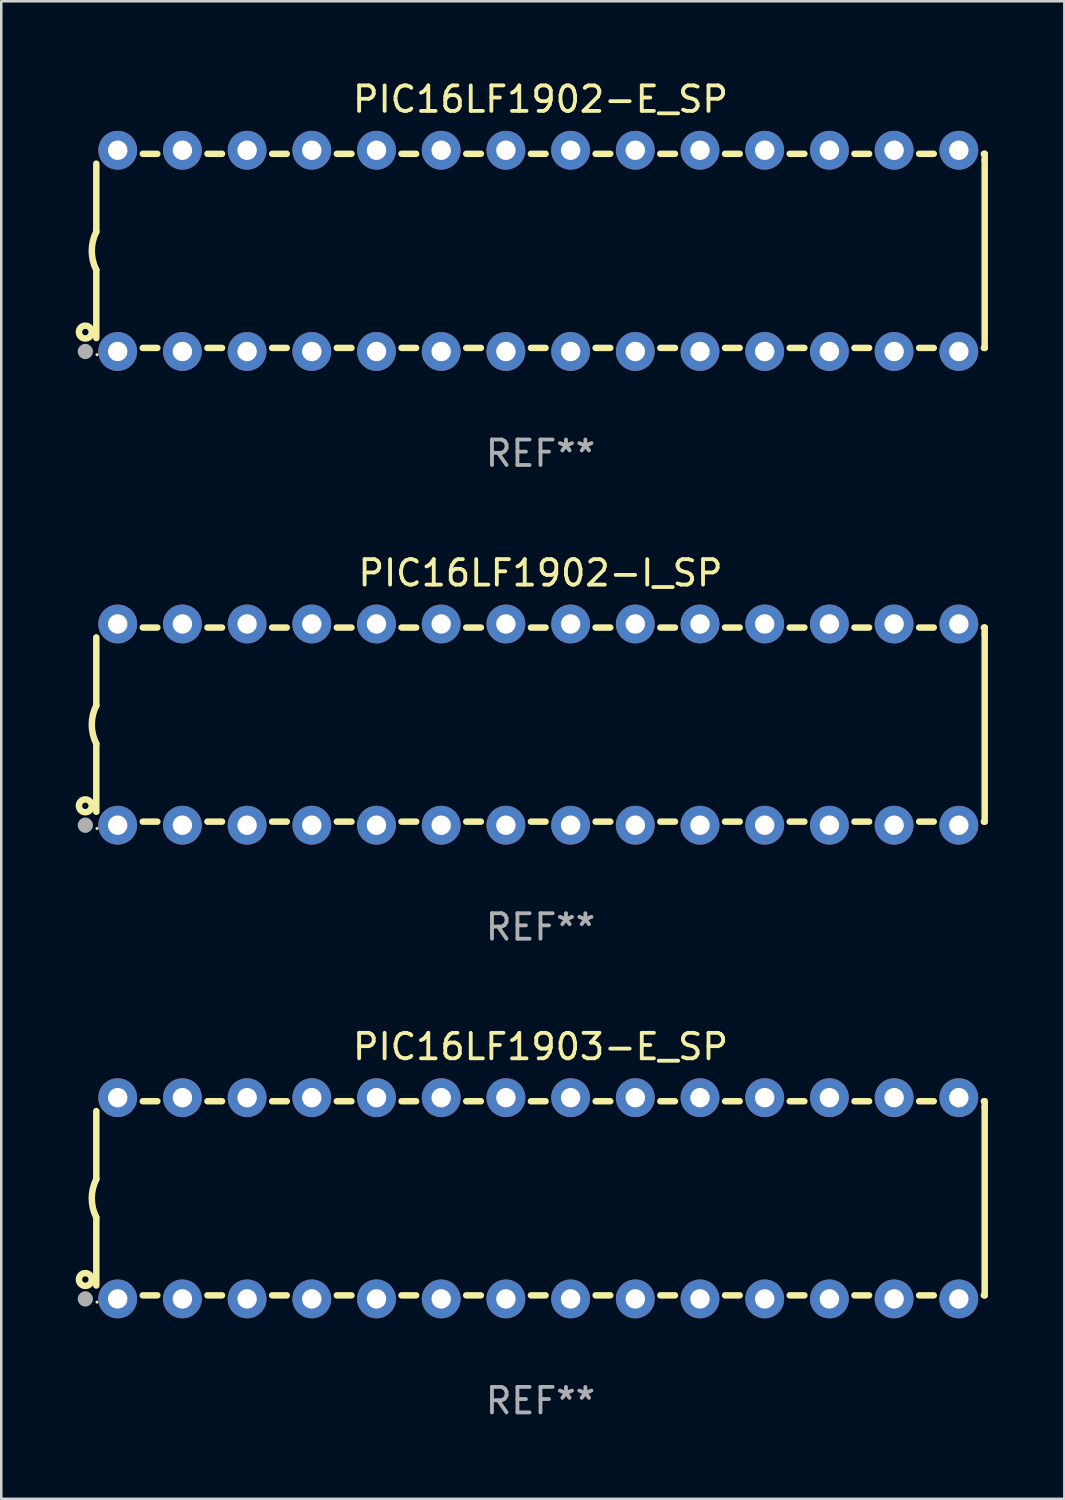
<source format=kicad_pcb>
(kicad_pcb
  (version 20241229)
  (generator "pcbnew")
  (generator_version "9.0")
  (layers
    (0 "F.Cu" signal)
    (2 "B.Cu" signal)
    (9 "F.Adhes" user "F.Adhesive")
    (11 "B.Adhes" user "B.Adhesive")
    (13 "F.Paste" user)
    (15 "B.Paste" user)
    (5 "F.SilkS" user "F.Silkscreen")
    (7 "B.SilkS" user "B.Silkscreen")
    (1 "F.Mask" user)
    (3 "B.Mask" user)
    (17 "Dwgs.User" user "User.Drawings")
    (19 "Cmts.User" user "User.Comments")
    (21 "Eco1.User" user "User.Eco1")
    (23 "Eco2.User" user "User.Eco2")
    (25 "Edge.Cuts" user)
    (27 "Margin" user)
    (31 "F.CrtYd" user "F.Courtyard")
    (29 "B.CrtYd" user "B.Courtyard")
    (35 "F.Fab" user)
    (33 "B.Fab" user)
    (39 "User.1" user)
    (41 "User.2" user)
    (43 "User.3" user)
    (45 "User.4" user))
  (footprint "PIC16LF1902-E_SP"
    (layer "F.Cu")
    (at 18.168 6.798)
    (property "Reference" "PIC16LF1902-E_SP" (at 0 -5.95 0) (layer "F.SilkS") (effects (font (size 1 1) (thickness 0.15))))
    (attr through_hole)
    (fp_line (start -17.438 0.75) (end -17.438 3.423) (stroke (width 0.254) (type solid)) (layer "F.SilkS"))
    (fp_line (start -17.438 -3.423) (end -17.438 -0.75) (stroke (width 0.254) (type solid)) (layer "F.SilkS"))
    (fp_line (start -15.615 3.81) (end -15.041 3.81) (stroke (width 0.254) (type solid)) (layer "F.SilkS"))
    (fp_line (start -15.041 -3.81) (end -15.614 -3.81) (stroke (width 0.254) (type solid)) (layer "F.SilkS"))
    (fp_line (start -13.075 3.81) (end -12.501 3.81) (stroke (width 0.254) (type solid)) (layer "F.SilkS"))
    (fp_line (start -12.501 -3.81) (end -13.074 -3.81) (stroke (width 0.254) (type solid)) (layer "F.SilkS"))
    (fp_line (start -10.535 3.81) (end -9.961 3.81) (stroke (width 0.254) (type solid)) (layer "F.SilkS"))
    (fp_line (start -9.961 -3.81) (end -10.534 -3.81) (stroke (width 0.254) (type solid)) (layer "F.SilkS"))
    (fp_line (start -7.995 3.81) (end -7.421 3.81) (stroke (width 0.254) (type solid)) (layer "F.SilkS"))
    (fp_line (start -7.421 -3.81) (end -7.995 -3.81) (stroke (width 0.254) (type solid)) (layer "F.SilkS"))
    (fp_line (start -5.455 3.81) (end -4.881 3.81) (stroke (width 0.254) (type solid)) (layer "F.SilkS"))
    (fp_line (start -4.881 -3.81) (end -5.455 -3.81) (stroke (width 0.254) (type solid)) (layer "F.SilkS"))
    (fp_line (start -2.915 3.81) (end -2.341 3.81) (stroke (width 0.254) (type solid)) (layer "F.SilkS"))
    (fp_line (start -2.341 -3.81) (end -2.915 -3.81) (stroke (width 0.254) (type solid)) (layer "F.SilkS"))
    (fp_line (start -0.375 3.81) (end 0.199 3.81) (stroke (width 0.254) (type solid)) (layer "F.SilkS"))
    (fp_line (start 0.199 -3.81) (end -0.375 -3.81) (stroke (width 0.254) (type solid)) (layer "F.SilkS"))
    (fp_line (start 2.165 3.81) (end 2.739 3.81) (stroke (width 0.254) (type solid)) (layer "F.SilkS"))
    (fp_line (start 2.739 -3.81) (end 2.165 -3.81) (stroke (width 0.254) (type solid)) (layer "F.SilkS"))
    (fp_line (start 4.705 3.81) (end 5.279 3.81) (stroke (width 0.254) (type solid)) (layer "F.SilkS"))
    (fp_line (start 5.279 -3.81) (end 4.705 -3.81) (stroke (width 0.254) (type solid)) (layer "F.SilkS"))
    (fp_line (start 7.245 3.81) (end 7.819 3.81) (stroke (width 0.254) (type solid)) (layer "F.SilkS"))
    (fp_line (start 7.819 -3.81) (end 7.245 -3.81) (stroke (width 0.254) (type solid)) (layer "F.SilkS"))
    (fp_line (start 9.785 3.81) (end 10.359 3.81) (stroke (width 0.254) (type solid)) (layer "F.SilkS"))
    (fp_line (start 10.359 -3.81) (end 9.785 -3.81) (stroke (width 0.254) (type solid)) (layer "F.SilkS"))
    (fp_line (start 12.325 3.81) (end 12.899 3.81) (stroke (width 0.254) (type solid)) (layer "F.SilkS"))
    (fp_line (start 12.899 -3.81) (end 12.325 -3.81) (stroke (width 0.254) (type solid)) (layer "F.SilkS"))
    (fp_line (start 14.865 3.81) (end 15.439 3.81) (stroke (width 0.254) (type solid)) (layer "F.SilkS"))
    (fp_line (start 15.439 -3.81) (end 14.865 -3.81) (stroke (width 0.254) (type solid)) (layer "F.SilkS"))
    (fp_line (start 17.405 3.81) (end 17.438 3.81) (stroke (width 0.254) (type solid)) (layer "F.SilkS"))
    (fp_line (start 17.438 -3.81) (end 17.405 -3.81) (stroke (width 0.254) (type solid)) (layer "F.SilkS"))
    (fp_line (start 17.438 -3.556) (end 17.438 -3.81) (stroke (width 0.254) (type solid)) (layer "F.SilkS"))
    (fp_line (start 17.438 3.81) (end 17.438 -3.556) (stroke (width 0.254) (type solid)) (layer "F.SilkS"))
    (fp_arc (start -17.437986 0.749657) (mid -17.614887 -0.000024) (end -17.437783 -0.749657) (stroke (width 0.254001) (type solid)) (layer "F.SilkS"))
    (fp_circle (center -17.868 3.188) (end -17.743 3.188) (stroke (width 0.254) (type solid)) (fill no) (layer "F.SilkS"))
    (fp_circle (center -17.411 4.077) (end -17.381 4.077) (stroke (width 0.06) (type solid)) (fill no) (layer "F.SilkS"))
    (fp_circle (center -17.868 3.95) (end -17.718 3.95) (stroke (width 0.3) (type solid)) (fill no) (layer "F.Fab"))
    (fp_text user "REF**" (at 0 7.95 0) (layer "F.Fab") (effects (font (size 1 1) (thickness 0.15))))
    (pad "1" thru_hole circle (at -16.598 3.95) (size 1.524 1.524) (drill 0.762) (layers "*.Cu" "*.Mask"))
    (pad "2" thru_hole circle (at -14.058 3.95) (size 1.524 1.524) (drill 0.762) (layers "*.Cu" "*.Mask"))
    (pad "3" thru_hole circle (at -11.518 3.95) (size 1.524 1.524) (drill 0.762) (layers "*.Cu" "*.Mask"))
    (pad "4" thru_hole circle (at -8.978 3.95) (size 1.524 1.524) (drill 0.762) (layers "*.Cu" "*.Mask"))
    (pad "5" thru_hole circle (at -6.438 3.95) (size 1.524 1.524) (drill 0.762) (layers "*.Cu" "*.Mask"))
    (pad "6" thru_hole circle (at -3.898 3.95) (size 1.524 1.524) (drill 0.762) (layers "*.Cu" "*.Mask"))
    (pad "7" thru_hole circle (at -1.358 3.95) (size 1.524 1.524) (drill 0.762) (layers "*.Cu" "*.Mask"))
    (pad "8" thru_hole circle (at 1.182 3.95) (size 1.524 1.524) (drill 0.762) (layers "*.Cu" "*.Mask"))
    (pad "9" thru_hole circle (at 3.722 3.95) (size 1.524 1.524) (drill 0.762) (layers "*.Cu" "*.Mask"))
    (pad "10" thru_hole circle (at 6.262 3.95) (size 1.524 1.524) (drill 0.762) (layers "*.Cu" "*.Mask"))
    (pad "11" thru_hole circle (at 8.802 3.95) (size 1.524 1.524) (drill 0.762) (layers "*.Cu" "*.Mask"))
    (pad "12" thru_hole circle (at 11.342 3.95) (size 1.524 1.524) (drill 0.762) (layers "*.Cu" "*.Mask"))
    (pad "13" thru_hole circle (at 13.882 3.95) (size 1.524 1.524) (drill 0.762) (layers "*.Cu" "*.Mask"))
    (pad "14" thru_hole circle (at 16.422 3.95) (size 1.524 1.524) (drill 0.762) (layers "*.Cu" "*.Mask"))
    (pad "15" thru_hole circle (at 16.422 -3.95) (size 1.524 1.524) (drill 0.762) (layers "*.Cu" "*.Mask"))
    (pad "16" thru_hole circle (at 13.882 -3.95) (size 1.524 1.524) (drill 0.762) (layers "*.Cu" "*.Mask"))
    (pad "17" thru_hole circle (at 11.342 -3.95) (size 1.524 1.524) (drill 0.762) (layers "*.Cu" "*.Mask"))
    (pad "18" thru_hole circle (at 8.802 -3.95) (size 1.524 1.524) (drill 0.762) (layers "*.Cu" "*.Mask"))
    (pad "19" thru_hole circle (at 6.262 -3.95) (size 1.524 1.524) (drill 0.762) (layers "*.Cu" "*.Mask"))
    (pad "20" thru_hole circle (at 3.722 -3.95) (size 1.524 1.524) (drill 0.762) (layers "*.Cu" "*.Mask"))
    (pad "21" thru_hole circle (at 1.182 -3.95) (size 1.524 1.524) (drill 0.762) (layers "*.Cu" "*.Mask"))
    (pad "22" thru_hole circle (at -1.358 -3.95) (size 1.524 1.524) (drill 0.762) (layers "*.Cu" "*.Mask"))
    (pad "23" thru_hole circle (at -3.898 -3.95) (size 1.524 1.524) (drill 0.762) (layers "*.Cu" "*.Mask"))
    (pad "24" thru_hole circle (at -6.438 -3.95) (size 1.524 1.524) (drill 0.762) (layers "*.Cu" "*.Mask"))
    (pad "25" thru_hole circle (at -8.978 -3.95) (size 1.524 1.524) (drill 0.762) (layers "*.Cu" "*.Mask"))
    (pad "26" thru_hole circle (at -11.517 -3.95) (size 1.524 1.524) (drill 0.762) (layers "*.Cu" "*.Mask"))
    (pad "27" thru_hole circle (at -14.057 -3.95) (size 1.524 1.524) (drill 0.762) (layers "*.Cu" "*.Mask"))
    (pad "28" thru_hole circle (at -16.597 -3.95) (size 1.524 1.524) (drill 0.762) (layers "*.Cu" "*.Mask")))
  (footprint "PIC16LF1903-E_SP"
    (layer "F.Cu")
    (at 18.168 43.991)
    (property "Reference" "PIC16LF1903-E_SP" (at 0 -5.95 0) (layer "F.SilkS") (effects (font (size 1 1) (thickness 0.15))))
    (attr through_hole)
    (fp_line (start -17.438 0.75) (end -17.438 3.423) (stroke (width 0.254) (type solid)) (layer "F.SilkS"))
    (fp_line (start -17.438 -3.423) (end -17.438 -0.75) (stroke (width 0.254) (type solid)) (layer "F.SilkS"))
    (fp_line (start -15.615 3.81) (end -15.041 3.81) (stroke (width 0.254) (type solid)) (layer "F.SilkS"))
    (fp_line (start -15.041 -3.81) (end -15.614 -3.81) (stroke (width 0.254) (type solid)) (layer "F.SilkS"))
    (fp_line (start -13.075 3.81) (end -12.501 3.81) (stroke (width 0.254) (type solid)) (layer "F.SilkS"))
    (fp_line (start -12.501 -3.81) (end -13.074 -3.81) (stroke (width 0.254) (type solid)) (layer "F.SilkS"))
    (fp_line (start -10.535 3.81) (end -9.961 3.81) (stroke (width 0.254) (type solid)) (layer "F.SilkS"))
    (fp_line (start -9.961 -3.81) (end -10.534 -3.81) (stroke (width 0.254) (type solid)) (layer "F.SilkS"))
    (fp_line (start -7.995 3.81) (end -7.421 3.81) (stroke (width 0.254) (type solid)) (layer "F.SilkS"))
    (fp_line (start -7.421 -3.81) (end -7.995 -3.81) (stroke (width 0.254) (type solid)) (layer "F.SilkS"))
    (fp_line (start -5.455 3.81) (end -4.881 3.81) (stroke (width 0.254) (type solid)) (layer "F.SilkS"))
    (fp_line (start -4.881 -3.81) (end -5.455 -3.81) (stroke (width 0.254) (type solid)) (layer "F.SilkS"))
    (fp_line (start -2.915 3.81) (end -2.341 3.81) (stroke (width 0.254) (type solid)) (layer "F.SilkS"))
    (fp_line (start -2.341 -3.81) (end -2.915 -3.81) (stroke (width 0.254) (type solid)) (layer "F.SilkS"))
    (fp_line (start -0.375 3.81) (end 0.199 3.81) (stroke (width 0.254) (type solid)) (layer "F.SilkS"))
    (fp_line (start 0.199 -3.81) (end -0.375 -3.81) (stroke (width 0.254) (type solid)) (layer "F.SilkS"))
    (fp_line (start 2.165 3.81) (end 2.739 3.81) (stroke (width 0.254) (type solid)) (layer "F.SilkS"))
    (fp_line (start 2.739 -3.81) (end 2.165 -3.81) (stroke (width 0.254) (type solid)) (layer "F.SilkS"))
    (fp_line (start 4.705 3.81) (end 5.279 3.81) (stroke (width 0.254) (type solid)) (layer "F.SilkS"))
    (fp_line (start 5.279 -3.81) (end 4.705 -3.81) (stroke (width 0.254) (type solid)) (layer "F.SilkS"))
    (fp_line (start 7.245 3.81) (end 7.819 3.81) (stroke (width 0.254) (type solid)) (layer "F.SilkS"))
    (fp_line (start 7.819 -3.81) (end 7.245 -3.81) (stroke (width 0.254) (type solid)) (layer "F.SilkS"))
    (fp_line (start 9.785 3.81) (end 10.359 3.81) (stroke (width 0.254) (type solid)) (layer "F.SilkS"))
    (fp_line (start 10.359 -3.81) (end 9.785 -3.81) (stroke (width 0.254) (type solid)) (layer "F.SilkS"))
    (fp_line (start 12.325 3.81) (end 12.899 3.81) (stroke (width 0.254) (type solid)) (layer "F.SilkS"))
    (fp_line (start 12.899 -3.81) (end 12.325 -3.81) (stroke (width 0.254) (type solid)) (layer "F.SilkS"))
    (fp_line (start 14.865 3.81) (end 15.439 3.81) (stroke (width 0.254) (type solid)) (layer "F.SilkS"))
    (fp_line (start 15.439 -3.81) (end 14.865 -3.81) (stroke (width 0.254) (type solid)) (layer "F.SilkS"))
    (fp_line (start 17.405 3.81) (end 17.438 3.81) (stroke (width 0.254) (type solid)) (layer "F.SilkS"))
    (fp_line (start 17.438 -3.81) (end 17.405 -3.81) (stroke (width 0.254) (type solid)) (layer "F.SilkS"))
    (fp_line (start 17.438 -3.556) (end 17.438 -3.81) (stroke (width 0.254) (type solid)) (layer "F.SilkS"))
    (fp_line (start 17.438 3.81) (end 17.438 -3.556) (stroke (width 0.254) (type solid)) (layer "F.SilkS"))
    (fp_arc (start -17.437986 0.749657) (mid -17.614887 -0.000024) (end -17.437783 -0.749657) (stroke (width 0.254001) (type solid)) (layer "F.SilkS"))
    (fp_circle (center -17.868 3.188) (end -17.743 3.188) (stroke (width 0.254) (type solid)) (fill no) (layer "F.SilkS"))
    (fp_circle (center -17.411 4.077) (end -17.381 4.077) (stroke (width 0.06) (type solid)) (fill no) (layer "F.SilkS"))
    (fp_circle (center -17.868 3.95) (end -17.718 3.95) (stroke (width 0.3) (type solid)) (fill no) (layer "F.Fab"))
    (fp_text user "REF**" (at 0 7.95 0) (layer "F.Fab") (effects (font (size 1 1) (thickness 0.15))))
    (pad "1" thru_hole circle (at -16.598 3.95) (size 1.524 1.524) (drill 0.762) (layers "*.Cu" "*.Mask"))
    (pad "2" thru_hole circle (at -14.058 3.95) (size 1.524 1.524) (drill 0.762) (layers "*.Cu" "*.Mask"))
    (pad "3" thru_hole circle (at -11.518 3.95) (size 1.524 1.524) (drill 0.762) (layers "*.Cu" "*.Mask"))
    (pad "4" thru_hole circle (at -8.978 3.95) (size 1.524 1.524) (drill 0.762) (layers "*.Cu" "*.Mask"))
    (pad "5" thru_hole circle (at -6.438 3.95) (size 1.524 1.524) (drill 0.762) (layers "*.Cu" "*.Mask"))
    (pad "6" thru_hole circle (at -3.898 3.95) (size 1.524 1.524) (drill 0.762) (layers "*.Cu" "*.Mask"))
    (pad "7" thru_hole circle (at -1.358 3.95) (size 1.524 1.524) (drill 0.762) (layers "*.Cu" "*.Mask"))
    (pad "8" thru_hole circle (at 1.182 3.95) (size 1.524 1.524) (drill 0.762) (layers "*.Cu" "*.Mask"))
    (pad "9" thru_hole circle (at 3.722 3.95) (size 1.524 1.524) (drill 0.762) (layers "*.Cu" "*.Mask"))
    (pad "10" thru_hole circle (at 6.262 3.95) (size 1.524 1.524) (drill 0.762) (layers "*.Cu" "*.Mask"))
    (pad "11" thru_hole circle (at 8.802 3.95) (size 1.524 1.524) (drill 0.762) (layers "*.Cu" "*.Mask"))
    (pad "12" thru_hole circle (at 11.342 3.95) (size 1.524 1.524) (drill 0.762) (layers "*.Cu" "*.Mask"))
    (pad "13" thru_hole circle (at 13.882 3.95) (size 1.524 1.524) (drill 0.762) (layers "*.Cu" "*.Mask"))
    (pad "14" thru_hole circle (at 16.422 3.95) (size 1.524 1.524) (drill 0.762) (layers "*.Cu" "*.Mask"))
    (pad "15" thru_hole circle (at 16.422 -3.95) (size 1.524 1.524) (drill 0.762) (layers "*.Cu" "*.Mask"))
    (pad "16" thru_hole circle (at 13.882 -3.95) (size 1.524 1.524) (drill 0.762) (layers "*.Cu" "*.Mask"))
    (pad "17" thru_hole circle (at 11.342 -3.95) (size 1.524 1.524) (drill 0.762) (layers "*.Cu" "*.Mask"))
    (pad "18" thru_hole circle (at 8.802 -3.95) (size 1.524 1.524) (drill 0.762) (layers "*.Cu" "*.Mask"))
    (pad "19" thru_hole circle (at 6.262 -3.95) (size 1.524 1.524) (drill 0.762) (layers "*.Cu" "*.Mask"))
    (pad "20" thru_hole circle (at 3.722 -3.95) (size 1.524 1.524) (drill 0.762) (layers "*.Cu" "*.Mask"))
    (pad "21" thru_hole circle (at 1.182 -3.95) (size 1.524 1.524) (drill 0.762) (layers "*.Cu" "*.Mask"))
    (pad "22" thru_hole circle (at -1.358 -3.95) (size 1.524 1.524) (drill 0.762) (layers "*.Cu" "*.Mask"))
    (pad "23" thru_hole circle (at -3.898 -3.95) (size 1.524 1.524) (drill 0.762) (layers "*.Cu" "*.Mask"))
    (pad "24" thru_hole circle (at -6.438 -3.95) (size 1.524 1.524) (drill 0.762) (layers "*.Cu" "*.Mask"))
    (pad "25" thru_hole circle (at -8.978 -3.95) (size 1.524 1.524) (drill 0.762) (layers "*.Cu" "*.Mask"))
    (pad "26" thru_hole circle (at -11.517 -3.95) (size 1.524 1.524) (drill 0.762) (layers "*.Cu" "*.Mask"))
    (pad "27" thru_hole circle (at -14.057 -3.95) (size 1.524 1.524) (drill 0.762) (layers "*.Cu" "*.Mask"))
    (pad "28" thru_hole circle (at -16.597 -3.95) (size 1.524 1.524) (drill 0.762) (layers "*.Cu" "*.Mask")))
  (footprint "PIC16LF1902-I_SP"
    (layer "F.Cu")
    (at 18.168 25.395)
    (property "Reference" "PIC16LF1902-I_SP" (at 0 -5.95 0) (layer "F.SilkS") (effects (font (size 1 1) (thickness 0.15))))
    (attr through_hole)
    (fp_line (start -17.438 0.75) (end -17.438 3.423) (stroke (width 0.254) (type solid)) (layer "F.SilkS"))
    (fp_line (start -17.438 -3.423) (end -17.438 -0.75) (stroke (width 0.254) (type solid)) (layer "F.SilkS"))
    (fp_line (start -15.615 3.81) (end -15.041 3.81) (stroke (width 0.254) (type solid)) (layer "F.SilkS"))
    (fp_line (start -15.041 -3.81) (end -15.614 -3.81) (stroke (width 0.254) (type solid)) (layer "F.SilkS"))
    (fp_line (start -13.075 3.81) (end -12.501 3.81) (stroke (width 0.254) (type solid)) (layer "F.SilkS"))
    (fp_line (start -12.501 -3.81) (end -13.074 -3.81) (stroke (width 0.254) (type solid)) (layer "F.SilkS"))
    (fp_line (start -10.535 3.81) (end -9.961 3.81) (stroke (width 0.254) (type solid)) (layer "F.SilkS"))
    (fp_line (start -9.961 -3.81) (end -10.534 -3.81) (stroke (width 0.254) (type solid)) (layer "F.SilkS"))
    (fp_line (start -7.995 3.81) (end -7.421 3.81) (stroke (width 0.254) (type solid)) (layer "F.SilkS"))
    (fp_line (start -7.421 -3.81) (end -7.995 -3.81) (stroke (width 0.254) (type solid)) (layer "F.SilkS"))
    (fp_line (start -5.455 3.81) (end -4.881 3.81) (stroke (width 0.254) (type solid)) (layer "F.SilkS"))
    (fp_line (start -4.881 -3.81) (end -5.455 -3.81) (stroke (width 0.254) (type solid)) (layer "F.SilkS"))
    (fp_line (start -2.915 3.81) (end -2.341 3.81) (stroke (width 0.254) (type solid)) (layer "F.SilkS"))
    (fp_line (start -2.341 -3.81) (end -2.915 -3.81) (stroke (width 0.254) (type solid)) (layer "F.SilkS"))
    (fp_line (start -0.375 3.81) (end 0.199 3.81) (stroke (width 0.254) (type solid)) (layer "F.SilkS"))
    (fp_line (start 0.199 -3.81) (end -0.375 -3.81) (stroke (width 0.254) (type solid)) (layer "F.SilkS"))
    (fp_line (start 2.165 3.81) (end 2.739 3.81) (stroke (width 0.254) (type solid)) (layer "F.SilkS"))
    (fp_line (start 2.739 -3.81) (end 2.165 -3.81) (stroke (width 0.254) (type solid)) (layer "F.SilkS"))
    (fp_line (start 4.705 3.81) (end 5.279 3.81) (stroke (width 0.254) (type solid)) (layer "F.SilkS"))
    (fp_line (start 5.279 -3.81) (end 4.705 -3.81) (stroke (width 0.254) (type solid)) (layer "F.SilkS"))
    (fp_line (start 7.245 3.81) (end 7.819 3.81) (stroke (width 0.254) (type solid)) (layer "F.SilkS"))
    (fp_line (start 7.819 -3.81) (end 7.245 -3.81) (stroke (width 0.254) (type solid)) (layer "F.SilkS"))
    (fp_line (start 9.785 3.81) (end 10.359 3.81) (stroke (width 0.254) (type solid)) (layer "F.SilkS"))
    (fp_line (start 10.359 -3.81) (end 9.785 -3.81) (stroke (width 0.254) (type solid)) (layer "F.SilkS"))
    (fp_line (start 12.325 3.81) (end 12.899 3.81) (stroke (width 0.254) (type solid)) (layer "F.SilkS"))
    (fp_line (start 12.899 -3.81) (end 12.325 -3.81) (stroke (width 0.254) (type solid)) (layer "F.SilkS"))
    (fp_line (start 14.865 3.81) (end 15.439 3.81) (stroke (width 0.254) (type solid)) (layer "F.SilkS"))
    (fp_line (start 15.439 -3.81) (end 14.865 -3.81) (stroke (width 0.254) (type solid)) (layer "F.SilkS"))
    (fp_line (start 17.405 3.81) (end 17.438 3.81) (stroke (width 0.254) (type solid)) (layer "F.SilkS"))
    (fp_line (start 17.438 -3.81) (end 17.405 -3.81) (stroke (width 0.254) (type solid)) (layer "F.SilkS"))
    (fp_line (start 17.438 -3.556) (end 17.438 -3.81) (stroke (width 0.254) (type solid)) (layer "F.SilkS"))
    (fp_line (start 17.438 3.81) (end 17.438 -3.556) (stroke (width 0.254) (type solid)) (layer "F.SilkS"))
    (fp_arc (start -17.437986 0.749657) (mid -17.614887 -0.000024) (end -17.437783 -0.749657) (stroke (width 0.254001) (type solid)) (layer "F.SilkS"))
    (fp_circle (center -17.868 3.188) (end -17.743 3.188) (stroke (width 0.254) (type solid)) (fill no) (layer "F.SilkS"))
    (fp_circle (center -17.411 4.077) (end -17.381 4.077) (stroke (width 0.06) (type solid)) (fill no) (layer "F.SilkS"))
    (fp_circle (center -17.868 3.95) (end -17.718 3.95) (stroke (width 0.3) (type solid)) (fill no) (layer "F.Fab"))
    (fp_text user "REF**" (at 0 7.95 0) (layer "F.Fab") (effects (font (size 1 1) (thickness 0.15))))
    (pad "1" thru_hole circle (at -16.598 3.95) (size 1.524 1.524) (drill 0.762) (layers "*.Cu" "*.Mask"))
    (pad "2" thru_hole circle (at -14.058 3.95) (size 1.524 1.524) (drill 0.762) (layers "*.Cu" "*.Mask"))
    (pad "3" thru_hole circle (at -11.518 3.95) (size 1.524 1.524) (drill 0.762) (layers "*.Cu" "*.Mask"))
    (pad "4" thru_hole circle (at -8.978 3.95) (size 1.524 1.524) (drill 0.762) (layers "*.Cu" "*.Mask"))
    (pad "5" thru_hole circle (at -6.438 3.95) (size 1.524 1.524) (drill 0.762) (layers "*.Cu" "*.Mask"))
    (pad "6" thru_hole circle (at -3.898 3.95) (size 1.524 1.524) (drill 0.762) (layers "*.Cu" "*.Mask"))
    (pad "7" thru_hole circle (at -1.358 3.95) (size 1.524 1.524) (drill 0.762) (layers "*.Cu" "*.Mask"))
    (pad "8" thru_hole circle (at 1.182 3.95) (size 1.524 1.524) (drill 0.762) (layers "*.Cu" "*.Mask"))
    (pad "9" thru_hole circle (at 3.722 3.95) (size 1.524 1.524) (drill 0.762) (layers "*.Cu" "*.Mask"))
    (pad "10" thru_hole circle (at 6.262 3.95) (size 1.524 1.524) (drill 0.762) (layers "*.Cu" "*.Mask"))
    (pad "11" thru_hole circle (at 8.802 3.95) (size 1.524 1.524) (drill 0.762) (layers "*.Cu" "*.Mask"))
    (pad "12" thru_hole circle (at 11.342 3.95) (size 1.524 1.524) (drill 0.762) (layers "*.Cu" "*.Mask"))
    (pad "13" thru_hole circle (at 13.882 3.95) (size 1.524 1.524) (drill 0.762) (layers "*.Cu" "*.Mask"))
    (pad "14" thru_hole circle (at 16.422 3.95) (size 1.524 1.524) (drill 0.762) (layers "*.Cu" "*.Mask"))
    (pad "15" thru_hole circle (at 16.422 -3.95) (size 1.524 1.524) (drill 0.762) (layers "*.Cu" "*.Mask"))
    (pad "16" thru_hole circle (at 13.882 -3.95) (size 1.524 1.524) (drill 0.762) (layers "*.Cu" "*.Mask"))
    (pad "17" thru_hole circle (at 11.342 -3.95) (size 1.524 1.524) (drill 0.762) (layers "*.Cu" "*.Mask"))
    (pad "18" thru_hole circle (at 8.802 -3.95) (size 1.524 1.524) (drill 0.762) (layers "*.Cu" "*.Mask"))
    (pad "19" thru_hole circle (at 6.262 -3.95) (size 1.524 1.524) (drill 0.762) (layers "*.Cu" "*.Mask"))
    (pad "20" thru_hole circle (at 3.722 -3.95) (size 1.524 1.524) (drill 0.762) (layers "*.Cu" "*.Mask"))
    (pad "21" thru_hole circle (at 1.182 -3.95) (size 1.524 1.524) (drill 0.762) (layers "*.Cu" "*.Mask"))
    (pad "22" thru_hole circle (at -1.358 -3.95) (size 1.524 1.524) (drill 0.762) (layers "*.Cu" "*.Mask"))
    (pad "23" thru_hole circle (at -3.898 -3.95) (size 1.524 1.524) (drill 0.762) (layers "*.Cu" "*.Mask"))
    (pad "24" thru_hole circle (at -6.438 -3.95) (size 1.524 1.524) (drill 0.762) (layers "*.Cu" "*.Mask"))
    (pad "25" thru_hole circle (at -8.978 -3.95) (size 1.524 1.524) (drill 0.762) (layers "*.Cu" "*.Mask"))
    (pad "26" thru_hole circle (at -11.517 -3.95) (size 1.524 1.524) (drill 0.762) (layers "*.Cu" "*.Mask"))
    (pad "27" thru_hole circle (at -14.057 -3.95) (size 1.524 1.524) (drill 0.762) (layers "*.Cu" "*.Mask"))
    (pad "28" thru_hole circle (at -16.597 -3.95) (size 1.524 1.524) (drill 0.762) (layers "*.Cu" "*.Mask")))
  (gr_rect
    (start -3 -3)
    (end 38.733 55.789)
    (stroke (width 0.1) (type default))
    (fill no)
    (layer "Edge.Cuts")))
</source>
